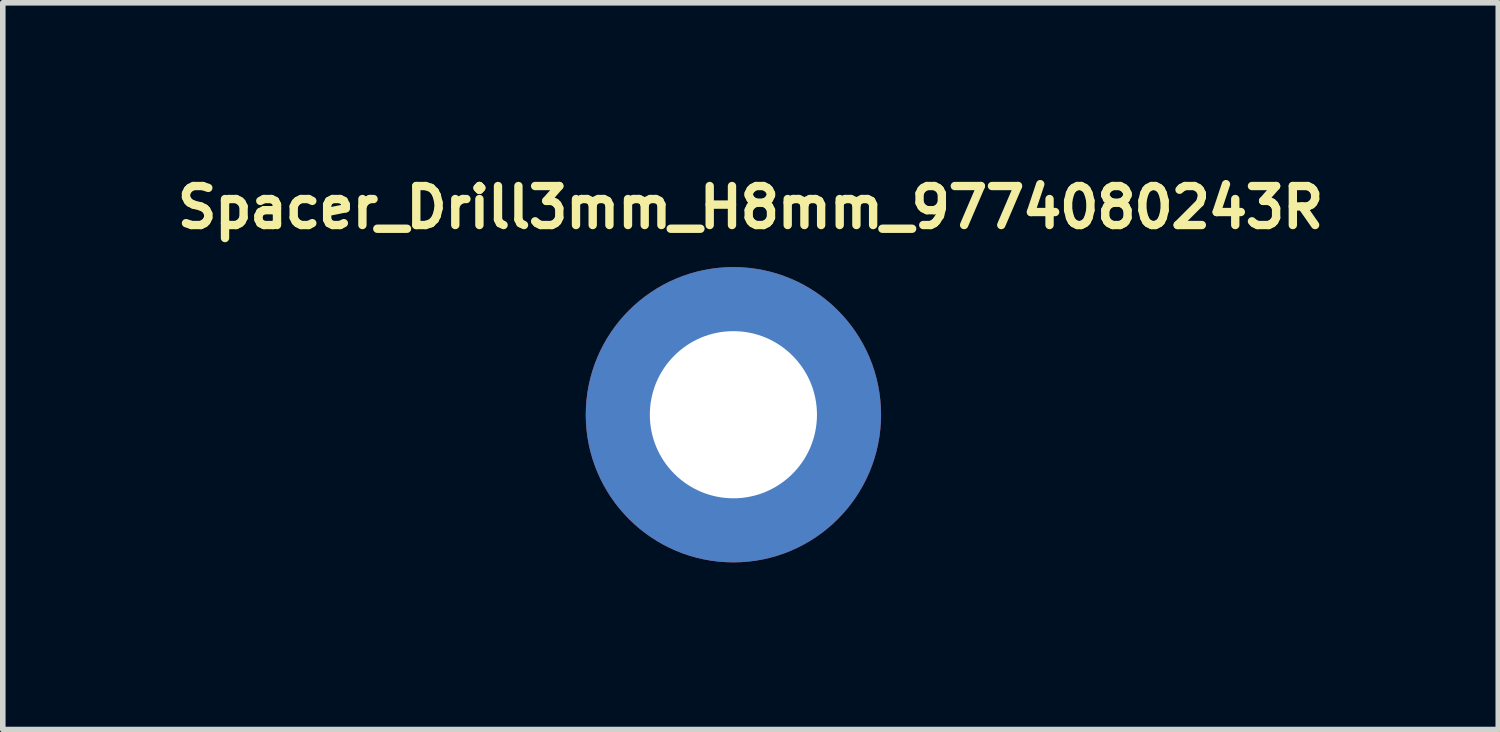
<source format=kicad_pcb>
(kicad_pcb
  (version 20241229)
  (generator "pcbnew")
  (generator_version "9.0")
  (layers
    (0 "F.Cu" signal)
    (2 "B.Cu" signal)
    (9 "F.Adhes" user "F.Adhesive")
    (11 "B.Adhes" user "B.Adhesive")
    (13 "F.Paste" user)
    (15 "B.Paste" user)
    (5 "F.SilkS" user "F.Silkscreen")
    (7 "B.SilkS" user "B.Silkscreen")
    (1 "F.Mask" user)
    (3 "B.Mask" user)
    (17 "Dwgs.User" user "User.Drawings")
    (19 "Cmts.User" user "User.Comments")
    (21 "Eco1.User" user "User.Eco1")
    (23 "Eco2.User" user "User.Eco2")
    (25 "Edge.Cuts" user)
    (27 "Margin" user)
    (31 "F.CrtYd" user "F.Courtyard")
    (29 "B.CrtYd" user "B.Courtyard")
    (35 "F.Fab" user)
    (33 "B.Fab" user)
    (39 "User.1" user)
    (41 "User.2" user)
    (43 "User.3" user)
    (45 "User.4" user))
  (footprint "Spacer_Drill3mm_H8mm_9774080243R"
    (layer "F.Cu")
    (at 10.114 4.394)
    (property "Reference" "Spacer_Drill3mm_H8mm_9774080243R" (at 0.308 -3.721 0) (layer "F.SilkS") (effects (font (size 0.7 0.7) (thickness 0.15))))
    (attr through_hole)
    (pad "1" thru_hole circle (at 0 0) (size 5.3 5.3) (drill 3) (layers "F.Cu" "F.Mask")))
  (gr_rect
    (start -3 -3)
    (end 23.843 10.044)
    (stroke (width 0.1) (type default))
    (fill no)
    (layer "Edge.Cuts")))
</source>
